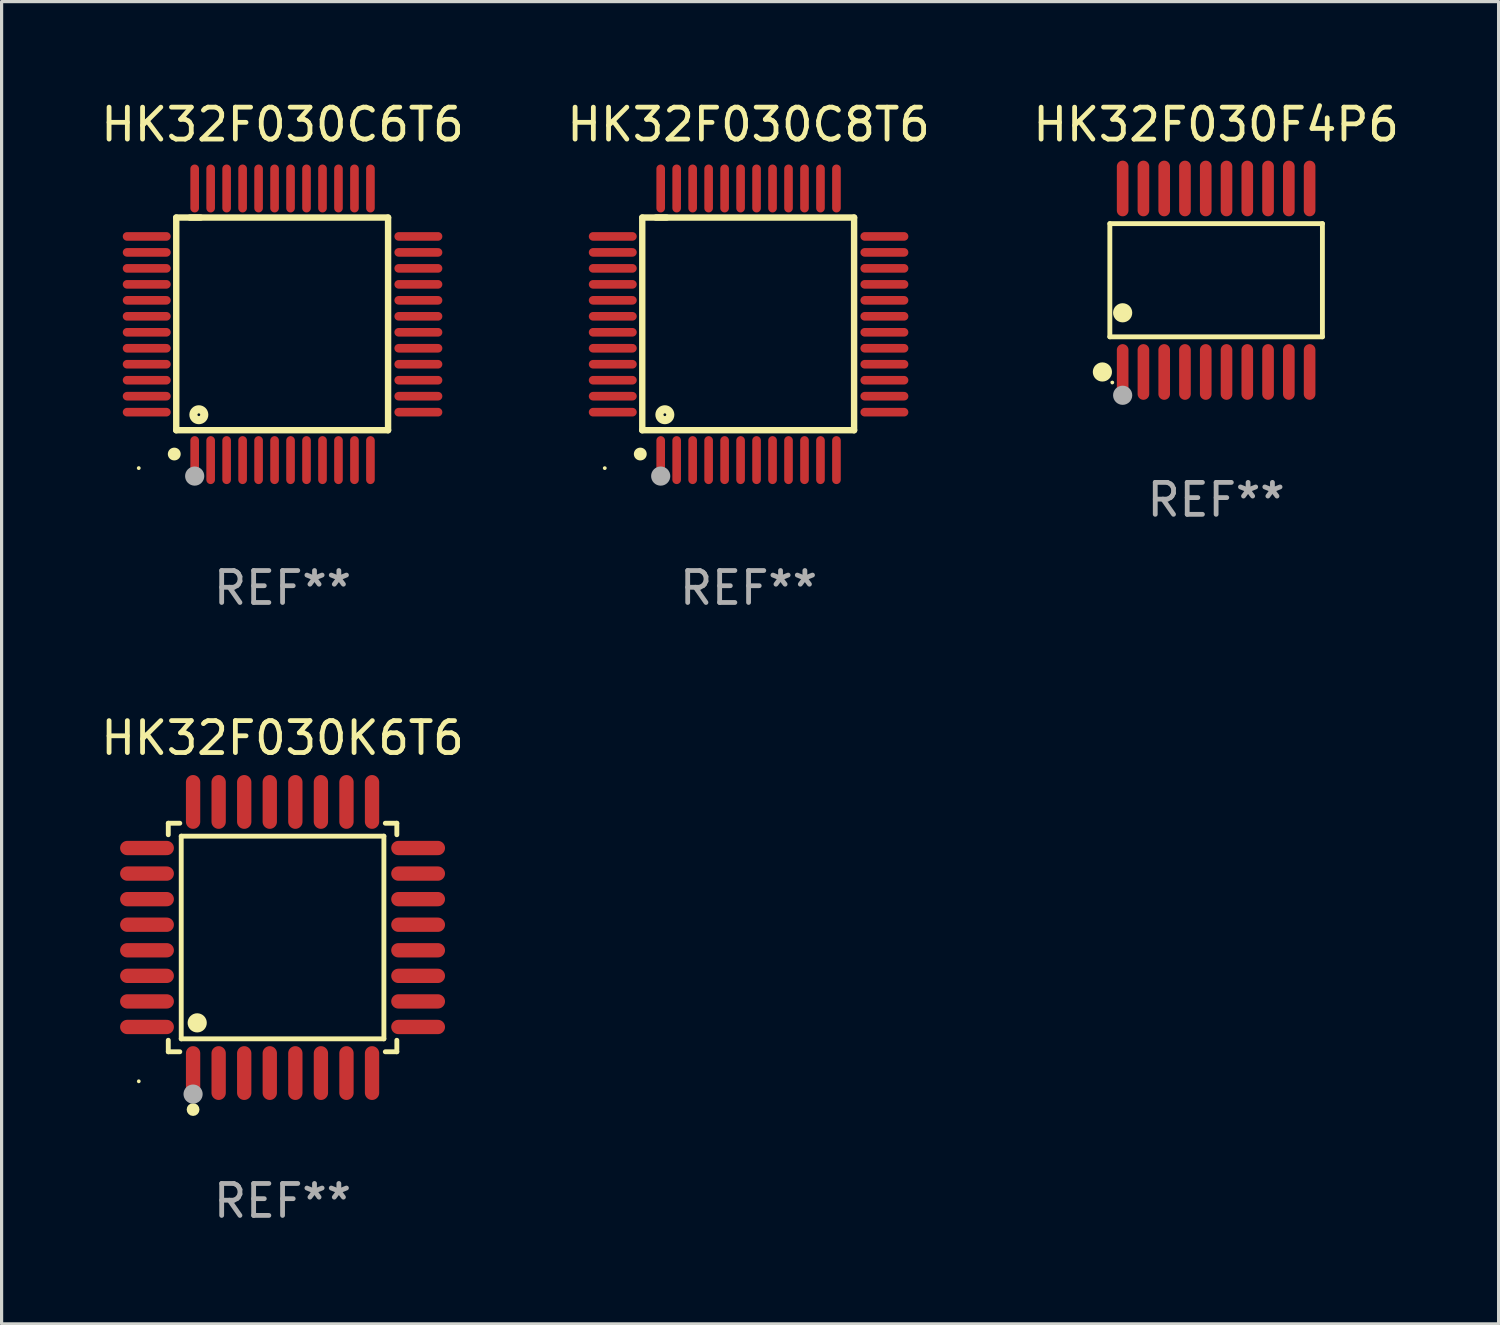
<source format=kicad_pcb>
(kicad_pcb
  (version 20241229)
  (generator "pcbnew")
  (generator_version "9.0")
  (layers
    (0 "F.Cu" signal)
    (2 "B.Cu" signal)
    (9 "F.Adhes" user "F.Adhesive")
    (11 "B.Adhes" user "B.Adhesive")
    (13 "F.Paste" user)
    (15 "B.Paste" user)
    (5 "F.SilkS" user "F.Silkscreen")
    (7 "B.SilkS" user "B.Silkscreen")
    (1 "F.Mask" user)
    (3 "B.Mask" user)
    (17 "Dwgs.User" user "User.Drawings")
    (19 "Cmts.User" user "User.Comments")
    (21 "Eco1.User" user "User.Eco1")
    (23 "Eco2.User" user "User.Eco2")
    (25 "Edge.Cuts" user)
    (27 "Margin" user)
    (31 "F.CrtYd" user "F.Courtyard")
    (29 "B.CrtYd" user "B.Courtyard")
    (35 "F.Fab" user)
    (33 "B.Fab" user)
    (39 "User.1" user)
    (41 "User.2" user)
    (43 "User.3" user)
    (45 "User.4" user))
  (footprint "HK32F030C8T6"
    (layer "F.Cu")
    (at 20.375 7.098)
    (property "Reference" "HK32F030C8T6" (at 0 -6.25 0) (layer "F.SilkS") (effects (font (size 1 1) (thickness 0.15))))
    (attr through_hole)
    (fp_line (start -3.327 -3.34) (end -2.565 -3.34) (stroke (width 0.2) (type solid)) (layer "F.SilkS"))
    (fp_line (start -3.327 3.315) (end -3.327 -3.34) (stroke (width 0.2) (type solid)) (layer "F.SilkS"))
    (fp_line (start -2.896 -3.34) (end 3.302 -3.34) (stroke (width 0.2) (type solid)) (layer "F.SilkS"))
    (fp_line (start 3.302 -3.34) (end 3.302 3.315) (stroke (width 0.2) (type solid)) (layer "F.SilkS"))
    (fp_line (start 3.302 3.315) (end -3.327 3.315) (stroke (width 0.2) (type solid)) (layer "F.SilkS"))
    (fp_arc (start -3.389992 4.059995) (mid -3.388722 4.059991) (end -3.387452 4.059995) (stroke (width 0.4) (type solid)) (layer "F.SilkS"))
    (fp_circle (center -4.5 4.5) (end -4.47 4.5) (stroke (width 0.06) (type solid)) (fill no) (layer "F.SilkS"))
    (fp_circle (center -2.62 2.83) (end -2.45 2.83) (stroke (width 0.254) (type solid)) (fill no) (layer "F.SilkS"))
    (fp_circle (center -2.75 4.75) (end -2.6 4.75) (stroke (width 0.3) (type solid)) (fill no) (layer "F.Fab"))
    (fp_text user "REF**" (at 0 8.25 0) (layer "F.Fab") (effects (font (size 1 1) (thickness 0.15))))
    (pad "1" smd oval (at -2.75 4.25) (size 0.27 1.5) (layers "F.Cu" "F.Mask" "F.Paste"))
    (pad "2" smd oval (at -2.25 4.25) (size 0.27 1.5) (layers "F.Cu" "F.Mask" "F.Paste"))
    (pad "3" smd oval (at -1.75 4.25) (size 0.27 1.5) (layers "F.Cu" "F.Mask" "F.Paste"))
    (pad "4" smd oval (at -1.25 4.25) (size 0.27 1.5) (layers "F.Cu" "F.Mask" "F.Paste"))
    (pad "5" smd oval (at -0.75 4.25) (size 0.27 1.5) (layers "F.Cu" "F.Mask" "F.Paste"))
    (pad "6" smd oval (at -0.25 4.25) (size 0.27 1.5) (layers "F.Cu" "F.Mask" "F.Paste"))
    (pad "7" smd oval (at 0.25 4.25) (size 0.27 1.5) (layers "F.Cu" "F.Mask" "F.Paste"))
    (pad "8" smd oval (at 0.75 4.25) (size 0.27 1.5) (layers "F.Cu" "F.Mask" "F.Paste"))
    (pad "9" smd oval (at 1.25 4.25) (size 0.27 1.5) (layers "F.Cu" "F.Mask" "F.Paste"))
    (pad "10" smd oval (at 1.75 4.25) (size 0.27 1.5) (layers "F.Cu" "F.Mask" "F.Paste"))
    (pad "11" smd oval (at 2.25 4.25) (size 0.27 1.5) (layers "F.Cu" "F.Mask" "F.Paste"))
    (pad "12" smd oval (at 2.75 4.25) (size 0.27 1.5) (layers "F.Cu" "F.Mask" "F.Paste"))
    (pad "13" smd oval (at 4.25 2.75) (size 1.5 0.27) (layers "F.Cu" "F.Mask" "F.Paste"))
    (pad "14" smd oval (at 4.25 2.25) (size 1.5 0.27) (layers "F.Cu" "F.Mask" "F.Paste"))
    (pad "15" smd oval (at 4.25 1.75) (size 1.5 0.27) (layers "F.Cu" "F.Mask" "F.Paste"))
    (pad "16" smd oval (at 4.25 1.25) (size 1.5 0.27) (layers "F.Cu" "F.Mask" "F.Paste"))
    (pad "17" smd oval (at 4.25 0.75) (size 1.5 0.27) (layers "F.Cu" "F.Mask" "F.Paste"))
    (pad "18" smd oval (at 4.25 0.25) (size 1.5 0.27) (layers "F.Cu" "F.Mask" "F.Paste"))
    (pad "19" smd oval (at 4.25 -0.25) (size 1.5 0.27) (layers "F.Cu" "F.Mask" "F.Paste"))
    (pad "20" smd oval (at 4.25 -0.75) (size 1.5 0.27) (layers "F.Cu" "F.Mask" "F.Paste"))
    (pad "21" smd oval (at 4.25 -1.25) (size 1.5 0.27) (layers "F.Cu" "F.Mask" "F.Paste"))
    (pad "22" smd oval (at 4.25 -1.75) (size 1.5 0.27) (layers "F.Cu" "F.Mask" "F.Paste"))
    (pad "23" smd oval (at 4.25 -2.25) (size 1.5 0.27) (layers "F.Cu" "F.Mask" "F.Paste"))
    (pad "24" smd oval (at 4.25 -2.75) (size 1.5 0.27) (layers "F.Cu" "F.Mask" "F.Paste"))
    (pad "25" smd oval (at 2.75 -4.25) (size 0.27 1.5) (layers "F.Cu" "F.Mask" "F.Paste"))
    (pad "26" smd oval (at 2.25 -4.25) (size 0.27 1.5) (layers "F.Cu" "F.Mask" "F.Paste"))
    (pad "27" smd oval (at 1.75 -4.25) (size 0.27 1.5) (layers "F.Cu" "F.Mask" "F.Paste"))
    (pad "28" smd oval (at 1.25 -4.25) (size 0.27 1.5) (layers "F.Cu" "F.Mask" "F.Paste"))
    (pad "29" smd oval (at 0.75 -4.25) (size 0.27 1.5) (layers "F.Cu" "F.Mask" "F.Paste"))
    (pad "30" smd oval (at 0.25 -4.25) (size 0.27 1.5) (layers "F.Cu" "F.Mask" "F.Paste"))
    (pad "31" smd oval (at -0.25 -4.25) (size 0.27 1.5) (layers "F.Cu" "F.Mask" "F.Paste"))
    (pad "32" smd oval (at -0.75 -4.25) (size 0.27 1.5) (layers "F.Cu" "F.Mask" "F.Paste"))
    (pad "33" smd oval (at -1.25 -4.25) (size 0.27 1.5) (layers "F.Cu" "F.Mask" "F.Paste"))
    (pad "34" smd oval (at -1.75 -4.25) (size 0.27 1.5) (layers "F.Cu" "F.Mask" "F.Paste"))
    (pad "35" smd oval (at -2.25 -4.25) (size 0.27 1.5) (layers "F.Cu" "F.Mask" "F.Paste"))
    (pad "36" smd oval (at -2.75 -4.25) (size 0.27 1.5) (layers "F.Cu" "F.Mask" "F.Paste"))
    (pad "37" smd oval (at -4.25 -2.75) (size 1.5 0.27) (layers "F.Cu" "F.Mask" "F.Paste"))
    (pad "38" smd oval (at -4.25 -2.25) (size 1.5 0.27) (layers "F.Cu" "F.Mask" "F.Paste"))
    (pad "39" smd oval (at -4.25 -1.75) (size 1.5 0.27) (layers "F.Cu" "F.Mask" "F.Paste"))
    (pad "40" smd oval (at -4.25 -1.25) (size 1.5 0.27) (layers "F.Cu" "F.Mask" "F.Paste"))
    (pad "41" smd oval (at -4.25 -0.75) (size 1.5 0.27) (layers "F.Cu" "F.Mask" "F.Paste"))
    (pad "42" smd oval (at -4.25 -0.25) (size 1.5 0.27) (layers "F.Cu" "F.Mask" "F.Paste"))
    (pad "43" smd oval (at -4.25 0.25) (size 1.5 0.27) (layers "F.Cu" "F.Mask" "F.Paste"))
    (pad "44" smd oval (at -4.25 0.75) (size 1.5 0.27) (layers "F.Cu" "F.Mask" "F.Paste"))
    (pad "45" smd oval (at -4.25 1.25) (size 1.5 0.27) (layers "F.Cu" "F.Mask" "F.Paste"))
    (pad "46" smd oval (at -4.25 1.75) (size 1.5 0.27) (layers "F.Cu" "F.Mask" "F.Paste"))
    (pad "47" smd oval (at -4.25 2.25) (size 1.5 0.27) (layers "F.Cu" "F.Mask" "F.Paste"))
    (pad "48" smd oval (at -4.25 2.75) (size 1.5 0.27) (layers "F.Cu" "F.Mask" "F.Paste")))
  (footprint "HK32F030C6T6"
    (layer "F.Cu")
    (at 5.792 7.098)
    (property "Reference" "HK32F030C6T6" (at 0 -6.25 0) (layer "F.SilkS") (effects (font (size 1 1) (thickness 0.15))))
    (attr through_hole)
    (fp_line (start -3.327 -3.34) (end -2.565 -3.34) (stroke (width 0.2) (type solid)) (layer "F.SilkS"))
    (fp_line (start -3.327 3.315) (end -3.327 -3.34) (stroke (width 0.2) (type solid)) (layer "F.SilkS"))
    (fp_line (start -2.896 -3.34) (end 3.302 -3.34) (stroke (width 0.2) (type solid)) (layer "F.SilkS"))
    (fp_line (start 3.302 -3.34) (end 3.302 3.315) (stroke (width 0.2) (type solid)) (layer "F.SilkS"))
    (fp_line (start 3.302 3.315) (end -3.327 3.315) (stroke (width 0.2) (type solid)) (layer "F.SilkS"))
    (fp_arc (start -3.389992 4.059995) (mid -3.388722 4.059991) (end -3.387452 4.059995) (stroke (width 0.4) (type solid)) (layer "F.SilkS"))
    (fp_circle (center -4.5 4.5) (end -4.47 4.5) (stroke (width 0.06) (type solid)) (fill no) (layer "F.SilkS"))
    (fp_circle (center -2.62 2.83) (end -2.45 2.83) (stroke (width 0.254) (type solid)) (fill no) (layer "F.SilkS"))
    (fp_circle (center -2.75 4.75) (end -2.6 4.75) (stroke (width 0.3) (type solid)) (fill no) (layer "F.Fab"))
    (fp_text user "REF**" (at 0 8.25 0) (layer "F.Fab") (effects (font (size 1 1) (thickness 0.15))))
    (pad "1" smd oval (at -2.75 4.25) (size 0.27 1.5) (layers "F.Cu" "F.Mask" "F.Paste"))
    (pad "2" smd oval (at -2.25 4.25) (size 0.27 1.5) (layers "F.Cu" "F.Mask" "F.Paste"))
    (pad "3" smd oval (at -1.75 4.25) (size 0.27 1.5) (layers "F.Cu" "F.Mask" "F.Paste"))
    (pad "4" smd oval (at -1.25 4.25) (size 0.27 1.5) (layers "F.Cu" "F.Mask" "F.Paste"))
    (pad "5" smd oval (at -0.75 4.25) (size 0.27 1.5) (layers "F.Cu" "F.Mask" "F.Paste"))
    (pad "6" smd oval (at -0.25 4.25) (size 0.27 1.5) (layers "F.Cu" "F.Mask" "F.Paste"))
    (pad "7" smd oval (at 0.25 4.25) (size 0.27 1.5) (layers "F.Cu" "F.Mask" "F.Paste"))
    (pad "8" smd oval (at 0.75 4.25) (size 0.27 1.5) (layers "F.Cu" "F.Mask" "F.Paste"))
    (pad "9" smd oval (at 1.25 4.25) (size 0.27 1.5) (layers "F.Cu" "F.Mask" "F.Paste"))
    (pad "10" smd oval (at 1.75 4.25) (size 0.27 1.5) (layers "F.Cu" "F.Mask" "F.Paste"))
    (pad "11" smd oval (at 2.25 4.25) (size 0.27 1.5) (layers "F.Cu" "F.Mask" "F.Paste"))
    (pad "12" smd oval (at 2.75 4.25) (size 0.27 1.5) (layers "F.Cu" "F.Mask" "F.Paste"))
    (pad "13" smd oval (at 4.25 2.75) (size 1.5 0.27) (layers "F.Cu" "F.Mask" "F.Paste"))
    (pad "14" smd oval (at 4.25 2.25) (size 1.5 0.27) (layers "F.Cu" "F.Mask" "F.Paste"))
    (pad "15" smd oval (at 4.25 1.75) (size 1.5 0.27) (layers "F.Cu" "F.Mask" "F.Paste"))
    (pad "16" smd oval (at 4.25 1.25) (size 1.5 0.27) (layers "F.Cu" "F.Mask" "F.Paste"))
    (pad "17" smd oval (at 4.25 0.75) (size 1.5 0.27) (layers "F.Cu" "F.Mask" "F.Paste"))
    (pad "18" smd oval (at 4.25 0.25) (size 1.5 0.27) (layers "F.Cu" "F.Mask" "F.Paste"))
    (pad "19" smd oval (at 4.25 -0.25) (size 1.5 0.27) (layers "F.Cu" "F.Mask" "F.Paste"))
    (pad "20" smd oval (at 4.25 -0.75) (size 1.5 0.27) (layers "F.Cu" "F.Mask" "F.Paste"))
    (pad "21" smd oval (at 4.25 -1.25) (size 1.5 0.27) (layers "F.Cu" "F.Mask" "F.Paste"))
    (pad "22" smd oval (at 4.25 -1.75) (size 1.5 0.27) (layers "F.Cu" "F.Mask" "F.Paste"))
    (pad "23" smd oval (at 4.25 -2.25) (size 1.5 0.27) (layers "F.Cu" "F.Mask" "F.Paste"))
    (pad "24" smd oval (at 4.25 -2.75) (size 1.5 0.27) (layers "F.Cu" "F.Mask" "F.Paste"))
    (pad "25" smd oval (at 2.75 -4.25) (size 0.27 1.5) (layers "F.Cu" "F.Mask" "F.Paste"))
    (pad "26" smd oval (at 2.25 -4.25) (size 0.27 1.5) (layers "F.Cu" "F.Mask" "F.Paste"))
    (pad "27" smd oval (at 1.75 -4.25) (size 0.27 1.5) (layers "F.Cu" "F.Mask" "F.Paste"))
    (pad "28" smd oval (at 1.25 -4.25) (size 0.27 1.5) (layers "F.Cu" "F.Mask" "F.Paste"))
    (pad "29" smd oval (at 0.75 -4.25) (size 0.27 1.5) (layers "F.Cu" "F.Mask" "F.Paste"))
    (pad "30" smd oval (at 0.25 -4.25) (size 0.27 1.5) (layers "F.Cu" "F.Mask" "F.Paste"))
    (pad "31" smd oval (at -0.25 -4.25) (size 0.27 1.5) (layers "F.Cu" "F.Mask" "F.Paste"))
    (pad "32" smd oval (at -0.75 -4.25) (size 0.27 1.5) (layers "F.Cu" "F.Mask" "F.Paste"))
    (pad "33" smd oval (at -1.25 -4.25) (size 0.27 1.5) (layers "F.Cu" "F.Mask" "F.Paste"))
    (pad "34" smd oval (at -1.75 -4.25) (size 0.27 1.5) (layers "F.Cu" "F.Mask" "F.Paste"))
    (pad "35" smd oval (at -2.25 -4.25) (size 0.27 1.5) (layers "F.Cu" "F.Mask" "F.Paste"))
    (pad "36" smd oval (at -2.75 -4.25) (size 0.27 1.5) (layers "F.Cu" "F.Mask" "F.Paste"))
    (pad "37" smd oval (at -4.25 -2.75) (size 1.5 0.27) (layers "F.Cu" "F.Mask" "F.Paste"))
    (pad "38" smd oval (at -4.25 -2.25) (size 1.5 0.27) (layers "F.Cu" "F.Mask" "F.Paste"))
    (pad "39" smd oval (at -4.25 -1.75) (size 1.5 0.27) (layers "F.Cu" "F.Mask" "F.Paste"))
    (pad "40" smd oval (at -4.25 -1.25) (size 1.5 0.27) (layers "F.Cu" "F.Mask" "F.Paste"))
    (pad "41" smd oval (at -4.25 -0.75) (size 1.5 0.27) (layers "F.Cu" "F.Mask" "F.Paste"))
    (pad "42" smd oval (at -4.25 -0.25) (size 1.5 0.27) (layers "F.Cu" "F.Mask" "F.Paste"))
    (pad "43" smd oval (at -4.25 0.25) (size 1.5 0.27) (layers "F.Cu" "F.Mask" "F.Paste"))
    (pad "44" smd oval (at -4.25 0.75) (size 1.5 0.27) (layers "F.Cu" "F.Mask" "F.Paste"))
    (pad "45" smd oval (at -4.25 1.25) (size 1.5 0.27) (layers "F.Cu" "F.Mask" "F.Paste"))
    (pad "46" smd oval (at -4.25 1.75) (size 1.5 0.27) (layers "F.Cu" "F.Mask" "F.Paste"))
    (pad "47" smd oval (at -4.25 2.25) (size 1.5 0.27) (layers "F.Cu" "F.Mask" "F.Paste"))
    (pad "48" smd oval (at -4.25 2.75) (size 1.5 0.27) (layers "F.Cu" "F.Mask" "F.Paste")))
  (footprint "HK32F030F4P6"
    (layer "F.Cu")
    (at 35.006 5.719)
    (property "Reference" "HK32F030F4P6" (at 0 -4.871 0) (layer "F.SilkS") (effects (font (size 1 1) (thickness 0.15))))
    (attr through_hole)
    (fp_line (start -3.326 -1.771) (end 3.326 -1.771) (stroke (width 0.152) (type solid)) (layer "F.SilkS"))
    (fp_line (start -3.326 1.771) (end -3.326 -1.771) (stroke (width 0.152) (type solid)) (layer "F.SilkS"))
    (fp_line (start 3.326 -1.771) (end 3.326 1.771) (stroke (width 0.152) (type solid)) (layer "F.SilkS"))
    (fp_line (start 3.326 1.771) (end -3.326 1.771) (stroke (width 0.152) (type solid)) (layer "F.SilkS"))
    (fp_circle (center -3.559 2.871) (end -3.409 2.871) (stroke (width 0.3) (type solid)) (fill no) (layer "F.SilkS"))
    (fp_circle (center -3.25 3.2) (end -3.22 3.2) (stroke (width 0.06) (type solid)) (fill no) (layer "F.SilkS"))
    (fp_circle (center -2.925 1.019) (end -2.775 1.019) (stroke (width 0.3) (type solid)) (fill no) (layer "F.SilkS"))
    (fp_circle (center -2.925 3.6) (end -2.775 3.6) (stroke (width 0.3) (type solid)) (fill no) (layer "F.Fab"))
    (fp_text user "REF**" (at 0 6.871 0) (layer "F.Fab") (effects (font (size 1 1) (thickness 0.15))))
    (pad "1" smd oval (at -2.925 2.871) (size 0.364 1.742) (layers "F.Cu" "F.Mask" "F.Paste"))
    (pad "2" smd oval (at -2.275 2.871) (size 0.364 1.742) (layers "F.Cu" "F.Mask" "F.Paste"))
    (pad "3" smd oval (at -1.625 2.871) (size 0.364 1.742) (layers "F.Cu" "F.Mask" "F.Paste"))
    (pad "4" smd oval (at -0.975 2.871) (size 0.364 1.742) (layers "F.Cu" "F.Mask" "F.Paste"))
    (pad "5" smd oval (at -0.325 2.871) (size 0.364 1.742) (layers "F.Cu" "F.Mask" "F.Paste"))
    (pad "6" smd oval (at 0.325 2.871) (size 0.364 1.742) (layers "F.Cu" "F.Mask" "F.Paste"))
    (pad "7" smd oval (at 0.975 2.871) (size 0.364 1.742) (layers "F.Cu" "F.Mask" "F.Paste"))
    (pad "8" smd oval (at 1.625 2.871) (size 0.364 1.742) (layers "F.Cu" "F.Mask" "F.Paste"))
    (pad "9" smd oval (at 2.275 2.871) (size 0.364 1.742) (layers "F.Cu" "F.Mask" "F.Paste"))
    (pad "10" smd oval (at 2.925 2.871) (size 0.364 1.742) (layers "F.Cu" "F.Mask" "F.Paste"))
    (pad "11" smd oval (at 2.925 -2.871) (size 0.364 1.742) (layers "F.Cu" "F.Mask" "F.Paste"))
    (pad "12" smd oval (at 2.275 -2.871) (size 0.364 1.742) (layers "F.Cu" "F.Mask" "F.Paste"))
    (pad "13" smd oval (at 1.625 -2.871) (size 0.364 1.742) (layers "F.Cu" "F.Mask" "F.Paste"))
    (pad "14" smd oval (at 0.975 -2.871) (size 0.364 1.742) (layers "F.Cu" "F.Mask" "F.Paste"))
    (pad "15" smd oval (at 0.325 -2.871) (size 0.364 1.742) (layers "F.Cu" "F.Mask" "F.Paste"))
    (pad "16" smd oval (at -0.325 -2.871) (size 0.364 1.742) (layers "F.Cu" "F.Mask" "F.Paste"))
    (pad "17" smd oval (at -0.975 -2.871) (size 0.364 1.742) (layers "F.Cu" "F.Mask" "F.Paste"))
    (pad "18" smd oval (at -1.625 -2.871) (size 0.364 1.742) (layers "F.Cu" "F.Mask" "F.Paste"))
    (pad "19" smd oval (at -2.275 -2.871) (size 0.364 1.742) (layers "F.Cu" "F.Mask" "F.Paste"))
    (pad "20" smd oval (at -2.925 -2.871) (size 0.364 1.742) (layers "F.Cu" "F.Mask" "F.Paste")))
  (footprint "HK32F030K6T6"
    (layer "F.Cu")
    (at 5.792 26.287)
    (property "Reference" "HK32F030K6T6" (at 0 -6.242 0) (layer "F.SilkS") (effects (font (size 1 1) (thickness 0.15))))
    (attr through_hole)
    (fp_line (start -3.576 -3.576) (end -3.215 -3.576) (stroke (width 0.152) (type solid)) (layer "F.SilkS"))
    (fp_line (start -3.576 -3.215) (end -3.576 -3.576) (stroke (width 0.152) (type solid)) (layer "F.SilkS"))
    (fp_line (start -3.576 3.215) (end -3.576 3.576) (stroke (width 0.152) (type solid)) (layer "F.SilkS"))
    (fp_line (start -3.576 3.576) (end -3.215 3.576) (stroke (width 0.152) (type solid)) (layer "F.SilkS"))
    (fp_line (start -3.171 -3.171) (end 3.171 -3.171) (stroke (width 0.152) (type solid)) (layer "F.SilkS"))
    (fp_line (start -3.171 3.171) (end -3.171 -3.171) (stroke (width 0.152) (type solid)) (layer "F.SilkS"))
    (fp_line (start 3.171 -3.171) (end 3.171 3.171) (stroke (width 0.152) (type solid)) (layer "F.SilkS"))
    (fp_line (start 3.171 3.171) (end -3.171 3.171) (stroke (width 0.152) (type solid)) (layer "F.SilkS"))
    (fp_line (start 3.576 -3.576) (end 3.215 -3.576) (stroke (width 0.152) (type solid)) (layer "F.SilkS"))
    (fp_line (start 3.576 -3.215) (end 3.576 -3.576) (stroke (width 0.152) (type solid)) (layer "F.SilkS"))
    (fp_line (start 3.576 3.215) (end 3.576 3.576) (stroke (width 0.152) (type solid)) (layer "F.SilkS"))
    (fp_line (start 3.576 3.576) (end 3.215 3.576) (stroke (width 0.152) (type solid)) (layer "F.SilkS"))
    (fp_circle (center -4.5 4.5) (end -4.47 4.5) (stroke (width 0.06) (type solid)) (fill no) (layer "F.SilkS"))
    (fp_circle (center -2.8 5.384) (end -2.7 5.384) (stroke (width 0.2) (type solid)) (fill no) (layer "F.SilkS"))
    (fp_circle (center -2.671 2.671) (end -2.521 2.671) (stroke (width 0.3) (type solid)) (fill no) (layer "F.SilkS"))
    (fp_circle (center -2.8 4.9) (end -2.65 4.9) (stroke (width 0.3) (type solid)) (fill no) (layer "F.Fab"))
    (fp_text user "REF**" (at 0 8.242 0) (layer "F.Fab") (effects (font (size 1 1) (thickness 0.15))))
    (pad "1" smd oval (at -2.8 4.242) (size 0.448 1.684) (layers "F.Cu" "F.Mask" "F.Paste"))
    (pad "2" smd oval (at -2 4.242) (size 0.448 1.684) (layers "F.Cu" "F.Mask" "F.Paste"))
    (pad "3" smd oval (at -1.2 4.242) (size 0.448 1.684) (layers "F.Cu" "F.Mask" "F.Paste"))
    (pad "4" smd oval (at -0.4 4.242) (size 0.448 1.684) (layers "F.Cu" "F.Mask" "F.Paste"))
    (pad "5" smd oval (at 0.4 4.242) (size 0.448 1.684) (layers "F.Cu" "F.Mask" "F.Paste"))
    (pad "6" smd oval (at 1.2 4.242) (size 0.448 1.684) (layers "F.Cu" "F.Mask" "F.Paste"))
    (pad "7" smd oval (at 2 4.242) (size 0.448 1.684) (layers "F.Cu" "F.Mask" "F.Paste"))
    (pad "8" smd oval (at 2.8 4.242) (size 0.448 1.684) (layers "F.Cu" "F.Mask" "F.Paste"))
    (pad "9" smd oval (at 4.242 2.8) (size 1.684 0.448) (layers "F.Cu" "F.Mask" "F.Paste"))
    (pad "10" smd oval (at 4.242 2) (size 1.684 0.448) (layers "F.Cu" "F.Mask" "F.Paste"))
    (pad "11" smd oval (at 4.242 1.2) (size 1.684 0.448) (layers "F.Cu" "F.Mask" "F.Paste"))
    (pad "12" smd oval (at 4.242 0.4) (size 1.684 0.448) (layers "F.Cu" "F.Mask" "F.Paste"))
    (pad "13" smd oval (at 4.242 -0.4) (size 1.684 0.448) (layers "F.Cu" "F.Mask" "F.Paste"))
    (pad "14" smd oval (at 4.242 -1.2) (size 1.684 0.448) (layers "F.Cu" "F.Mask" "F.Paste"))
    (pad "15" smd oval (at 4.242 -2) (size 1.684 0.448) (layers "F.Cu" "F.Mask" "F.Paste"))
    (pad "16" smd oval (at 4.242 -2.8) (size 1.684 0.448) (layers "F.Cu" "F.Mask" "F.Paste"))
    (pad "17" smd oval (at 2.8 -4.242) (size 0.448 1.684) (layers "F.Cu" "F.Mask" "F.Paste"))
    (pad "18" smd oval (at 2 -4.242) (size 0.448 1.684) (layers "F.Cu" "F.Mask" "F.Paste"))
    (pad "19" smd oval (at 1.2 -4.242) (size 0.448 1.684) (layers "F.Cu" "F.Mask" "F.Paste"))
    (pad "20" smd oval (at 0.4 -4.242) (size 0.448 1.684) (layers "F.Cu" "F.Mask" "F.Paste"))
    (pad "21" smd oval (at -0.4 -4.242) (size 0.448 1.684) (layers "F.Cu" "F.Mask" "F.Paste"))
    (pad "22" smd oval (at -1.2 -4.242) (size 0.448 1.684) (layers "F.Cu" "F.Mask" "F.Paste"))
    (pad "23" smd oval (at -2 -4.242) (size 0.448 1.684) (layers "F.Cu" "F.Mask" "F.Paste"))
    (pad "24" smd oval (at -2.8 -4.242) (size 0.448 1.684) (layers "F.Cu" "F.Mask" "F.Paste"))
    (pad "25" smd oval (at -4.242 -2.8) (size 1.684 0.448) (layers "F.Cu" "F.Mask" "F.Paste"))
    (pad "26" smd oval (at -4.242 -2) (size 1.684 0.448) (layers "F.Cu" "F.Mask" "F.Paste"))
    (pad "27" smd oval (at -4.242 -1.2) (size 1.684 0.448) (layers "F.Cu" "F.Mask" "F.Paste"))
    (pad "28" smd oval (at -4.242 -0.4) (size 1.684 0.448) (layers "F.Cu" "F.Mask" "F.Paste"))
    (pad "29" smd oval (at -4.242 0.4) (size 1.684 0.448) (layers "F.Cu" "F.Mask" "F.Paste"))
    (pad "30" smd oval (at -4.242 1.2) (size 1.684 0.448) (layers "F.Cu" "F.Mask" "F.Paste"))
    (pad "31" smd oval (at -4.242 2) (size 1.684 0.448) (layers "F.Cu" "F.Mask" "F.Paste"))
    (pad "32" smd oval (at -4.242 2.8) (size 1.684 0.448) (layers "F.Cu" "F.Mask" "F.Paste")))
  (gr_rect
    (start -3 -3)
    (end 43.845 38.377)
    (stroke (width 0.1) (type default))
    (fill no)
    (layer "Edge.Cuts")))
</source>
